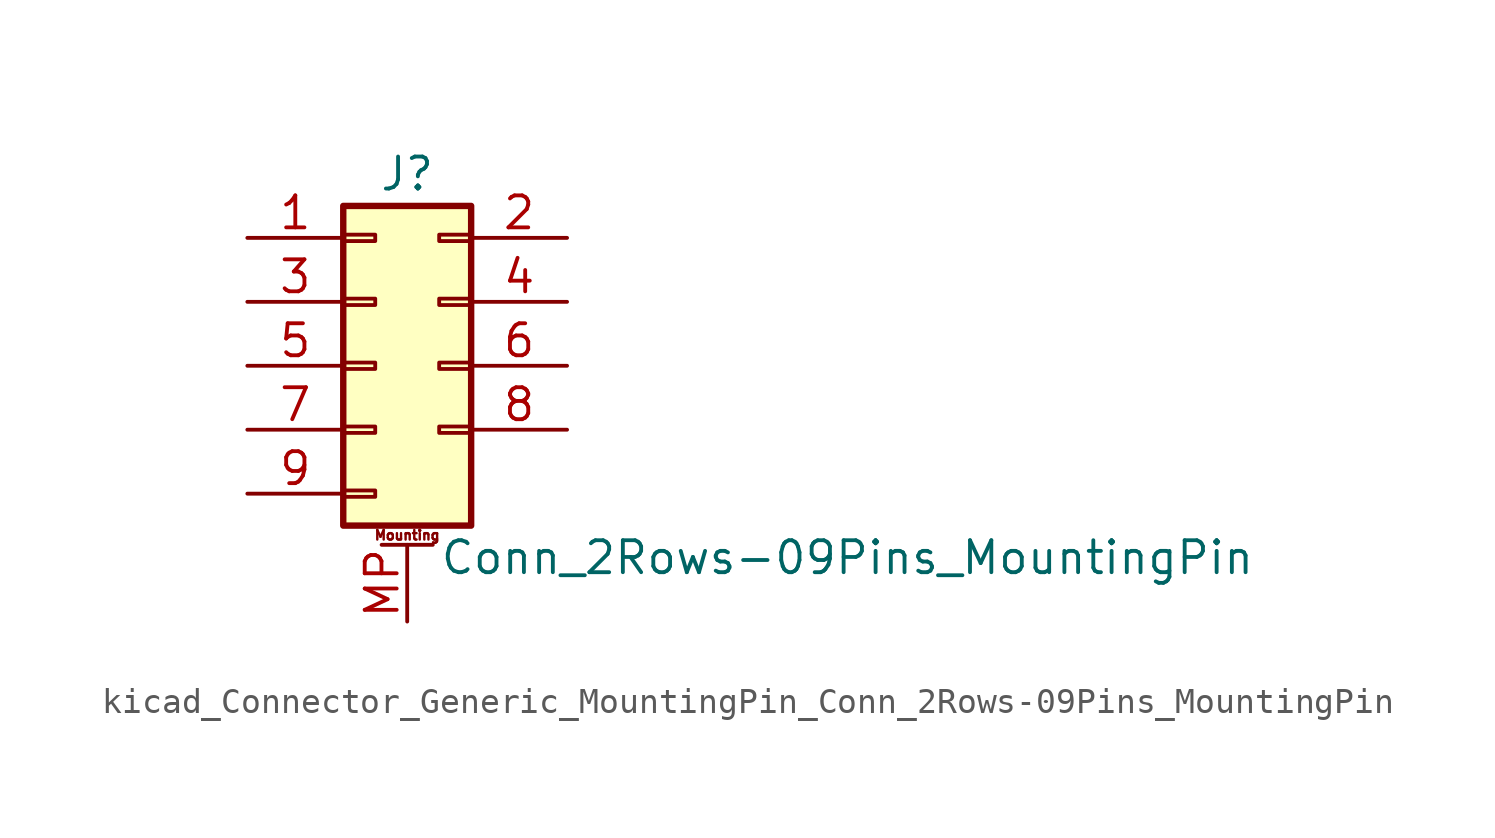
<source format=kicad_sym>
(kicad_symbol_lib
  (version 20220914)
  (generator kicad_symbol_editor)
  (symbol "kicad_Connector_Generic_MountingPin_Conn_2Rows-09Pins_MountingPin"
    (pin_names
      (offset 1.016) hide)
    (property "Reference" "J"
      (at 1.27 7.62 0)
      (effects (font (size 1.27 1.27))))
    (property "Value" "Conn_2Rows-09Pins_MountingPin"
      (at 2.54 -7.62 0)
      (effects (font (size 1.27 1.27)) (justify left)))
    (symbol "kicad_Connector_Generic_MountingPin_Conn_2Rows-09Pins_MountingPin_1_1"
      (rectangle (start -1.27 -4.953) (end 0 -5.207) (stroke (width 0.152) (type default)) (fill (type none)))
      (rectangle (start -1.27 -2.413) (end 0 -2.667) (stroke (width 0.152) (type default)) (fill (type none)))
      (rectangle (start -1.27 0.127) (end 0 -0.127) (stroke (width 0.152) (type default)) (fill (type none)))
      (rectangle (start -1.27 2.667) (end 0 2.413) (stroke (width 0.152) (type default)) (fill (type none)))
      (rectangle (start -1.27 5.207) (end 0 4.953) (stroke (width 0.152) (type default)) (fill (type none)))
      (rectangle (start -1.27 6.35) (end 3.81 -6.35) (stroke (width 0.254) (type default)) (fill (type background)))
      (polyline (pts (xy 0.254 -7.112) (xy 2.286 -7.112)) (stroke (width 0.152) (type default)) (fill (type none)))
      (rectangle (start 3.81 -2.413) (end 2.54 -2.667) (stroke (width 0.152) (type default)) (fill (type none)))
      (rectangle (start 3.81 0.127) (end 2.54 -0.127) (stroke (width 0.152) (type default)) (fill (type none)))
      (rectangle (start 3.81 2.667) (end 2.54 2.413) (stroke (width 0.152) (type default)) (fill (type none)))
      (rectangle (start 3.81 5.207) (end 2.54 4.953) (stroke (width 0.152) (type default)) (fill (type none)))
      (text "Mounting" (at 1.27 -6.731 0) (effects (font (size 0.381 0.381))))
      (pin passive line (at -5.08 5.08 0) (length 3.81) (name "Pin_1" (effects (font (size 1.27 1.27)))) (number "1" (effects (font (size 1.27 1.27)))))
      (pin passive line (at 7.62 5.08 180) (length 3.81) (name "Pin_2" (effects (font (size 1.27 1.27)))) (number "2" (effects (font (size 1.27 1.27)))))
      (pin passive line (at -5.08 2.54 0) (length 3.81) (name "Pin_3" (effects (font (size 1.27 1.27)))) (number "3" (effects (font (size 1.27 1.27)))))
      (pin passive line (at 7.62 2.54 180) (length 3.81) (name "Pin_4" (effects (font (size 1.27 1.27)))) (number "4" (effects (font (size 1.27 1.27)))))
      (pin passive line (at -5.08 0 0) (length 3.81) (name "Pin_5" (effects (font (size 1.27 1.27)))) (number "5" (effects (font (size 1.27 1.27)))))
      (pin passive line (at 7.62 0 180) (length 3.81) (name "Pin_6" (effects (font (size 1.27 1.27)))) (number "6" (effects (font (size 1.27 1.27)))))
      (pin passive line (at -5.08 -2.54 0) (length 3.81) (name "Pin_7" (effects (font (size 1.27 1.27)))) (number "7" (effects (font (size 1.27 1.27)))))
      (pin passive line (at 7.62 -2.54 180) (length 3.81) (name "Pin_8" (effects (font (size 1.27 1.27)))) (number "8" (effects (font (size 1.27 1.27)))))
      (pin passive line (at -5.08 -5.08 0) (length 3.81) (name "Pin_9" (effects (font (size 1.27 1.27)))) (number "9" (effects (font (size 1.27 1.27)))))
      (pin passive line (at 1.27 -10.16 90) (length 3.048) (name "MountPin" (effects (font (size 1.27 1.27)))) (number "MP" (effects (font (size 1.27 1.27))))))))
</source>
